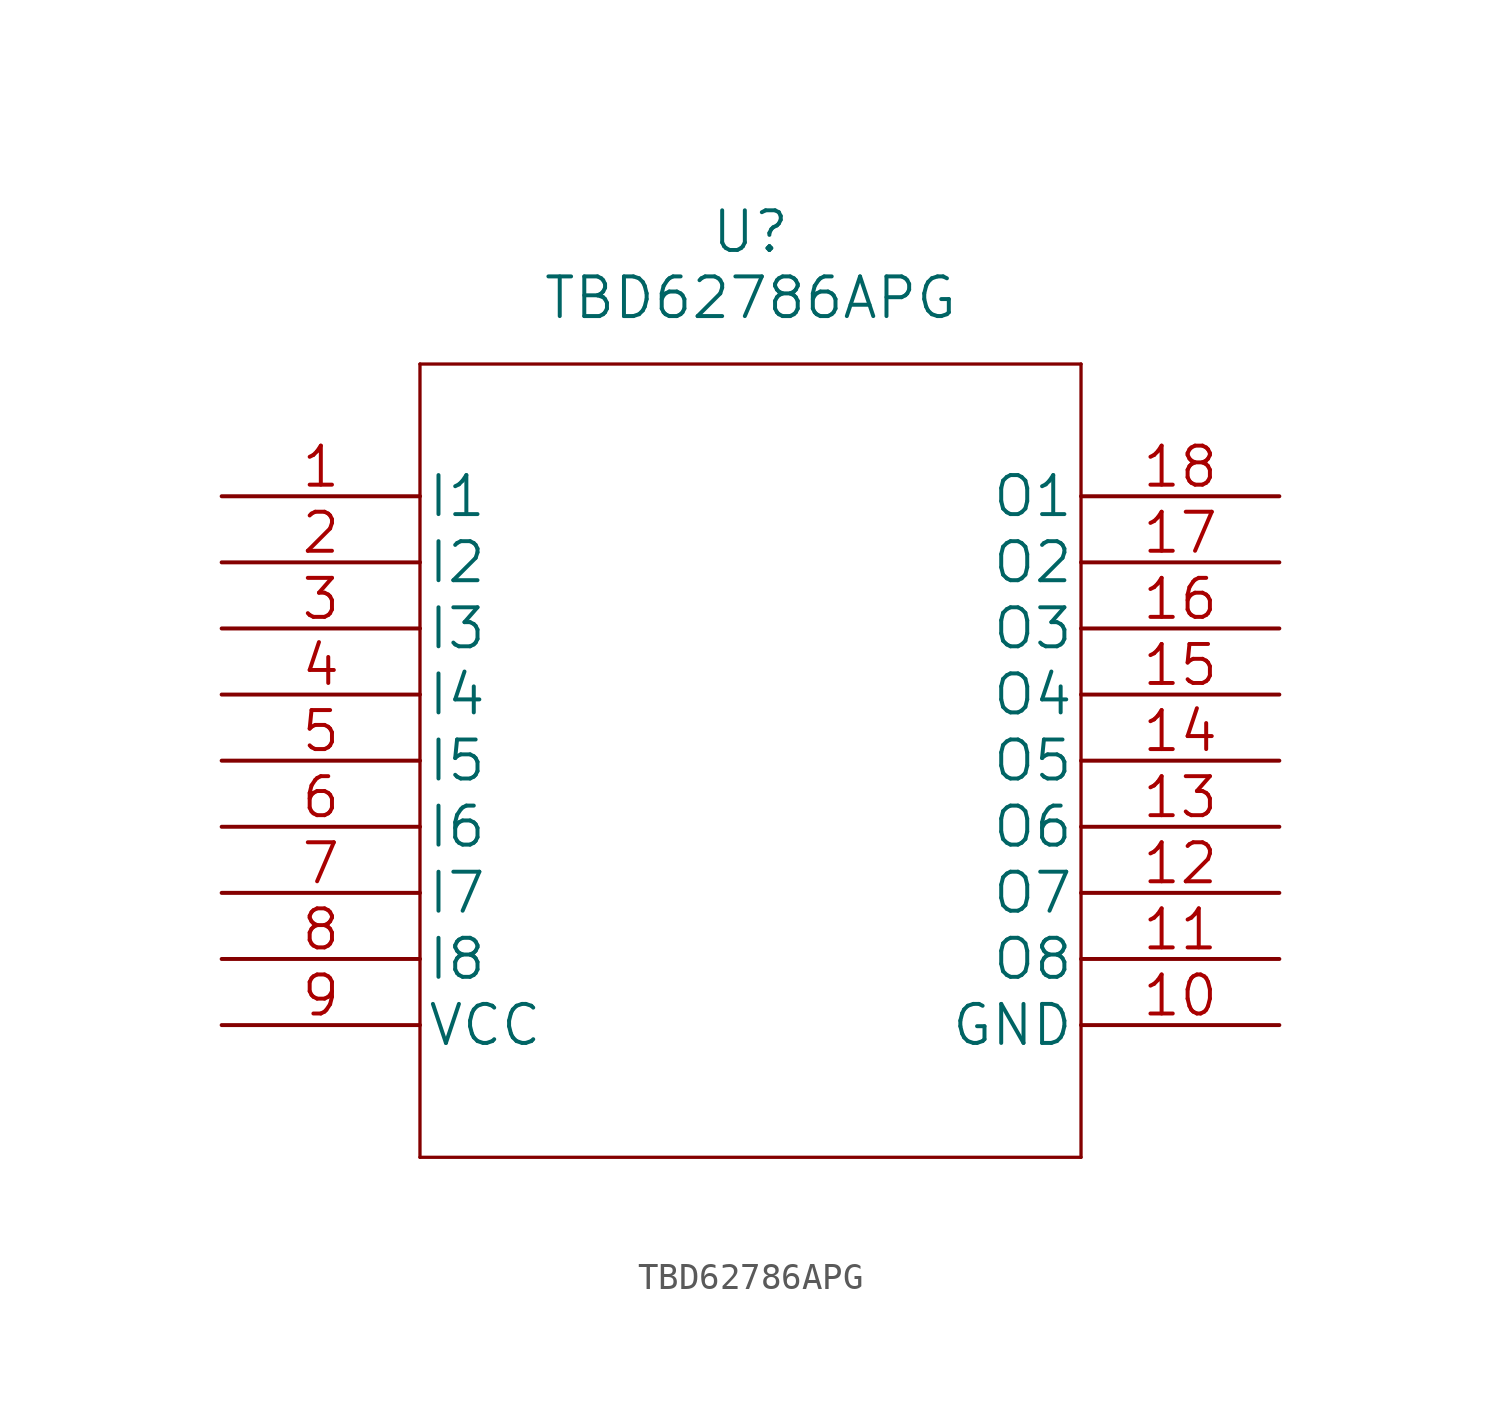
<source format=kicad_sym>
(kicad_symbol_lib
  (version 20211014)
  (generator kicad_symbol_editor)
  (symbol "TBD62786APG"
    (pin_names
      (offset 0.254))
    (property "Reference" "U"
      (at 20.32 10.16 0)
      (effects (font (size 1.524 1.524))))
    (property "Value" "TBD62786APG"
      (at 20.32 7.62 0)
      (effects (font (size 1.524 1.524))))
    (property "Datasheet" ""
      (at 0 0 0)
      (effects (font (size 1.524 1.524))))
    (property "ki_locked" ""
      (at 0 0 0)
      (effects (font (size 1.27 1.27))))
    (symbol "TBD62786APG_1_1"
      (polyline (pts (xy 7.62 -25.4) (xy 33.02 -25.4)) (stroke (width 0.127) (type default) (color 0 0 0 0)) (fill (type none)))
      (polyline (pts (xy 7.62 5.08) (xy 7.62 -25.4)) (stroke (width 0.127) (type default) (color 0 0 0 0)) (fill (type none)))
      (polyline (pts (xy 33.02 -25.4) (xy 33.02 5.08)) (stroke (width 0.127) (type default) (color 0 0 0 0)) (fill (type none)))
      (polyline (pts (xy 33.02 5.08) (xy 7.62 5.08)) (stroke (width 0.127) (type default) (color 0 0 0 0)) (fill (type none)))
      (pin input line (at 0 0 0) (length 7.62) (name "I1" (effects (font (size 1.499 1.499)))) (number "1" (effects (font (size 1.499 1.499)))))
      (pin power_in line (at 40.64 -20.32 180) (length 7.62) (name "GND" (effects (font (size 1.499 1.499)))) (number "10" (effects (font (size 1.499 1.499)))))
      (pin output line (at 40.64 -17.78 180) (length 7.62) (name "O8" (effects (font (size 1.499 1.499)))) (number "11" (effects (font (size 1.499 1.499)))))
      (pin output line (at 40.64 -15.24 180) (length 7.62) (name "O7" (effects (font (size 1.499 1.499)))) (number "12" (effects (font (size 1.499 1.499)))))
      (pin output line (at 40.64 -12.7 180) (length 7.62) (name "O6" (effects (font (size 1.499 1.499)))) (number "13" (effects (font (size 1.499 1.499)))))
      (pin output line (at 40.64 -10.16 180) (length 7.62) (name "O5" (effects (font (size 1.499 1.499)))) (number "14" (effects (font (size 1.499 1.499)))))
      (pin output line (at 40.64 -7.62 180) (length 7.62) (name "O4" (effects (font (size 1.499 1.499)))) (number "15" (effects (font (size 1.499 1.499)))))
      (pin output line (at 40.64 -5.08 180) (length 7.62) (name "O3" (effects (font (size 1.499 1.499)))) (number "16" (effects (font (size 1.499 1.499)))))
      (pin output line (at 40.64 -2.54 180) (length 7.62) (name "O2" (effects (font (size 1.499 1.499)))) (number "17" (effects (font (size 1.499 1.499)))))
      (pin output line (at 40.64 0 180) (length 7.62) (name "O1" (effects (font (size 1.499 1.499)))) (number "18" (effects (font (size 1.499 1.499)))))
      (pin input line (at 0 -2.54 0) (length 7.62) (name "I2" (effects (font (size 1.499 1.499)))) (number "2" (effects (font (size 1.499 1.499)))))
      (pin input line (at 0 -5.08 0) (length 7.62) (name "I3" (effects (font (size 1.499 1.499)))) (number "3" (effects (font (size 1.499 1.499)))))
      (pin input line (at 0 -7.62 0) (length 7.62) (name "I4" (effects (font (size 1.499 1.499)))) (number "4" (effects (font (size 1.499 1.499)))))
      (pin input line (at 0 -10.16 0) (length 7.62) (name "I5" (effects (font (size 1.499 1.499)))) (number "5" (effects (font (size 1.499 1.499)))))
      (pin input line (at 0 -12.7 0) (length 7.62) (name "I6" (effects (font (size 1.499 1.499)))) (number "6" (effects (font (size 1.499 1.499)))))
      (pin input line (at 0 -15.24 0) (length 7.62) (name "I7" (effects (font (size 1.499 1.499)))) (number "7" (effects (font (size 1.499 1.499)))))
      (pin input line (at 0 -17.78 0) (length 7.62) (name "I8" (effects (font (size 1.499 1.499)))) (number "8" (effects (font (size 1.499 1.499)))))
      (pin power_in line (at 0 -20.32 0) (length 7.62) (name "VCC" (effects (font (size 1.499 1.499)))) (number "9" (effects (font (size 1.499 1.499))))))))
</source>
